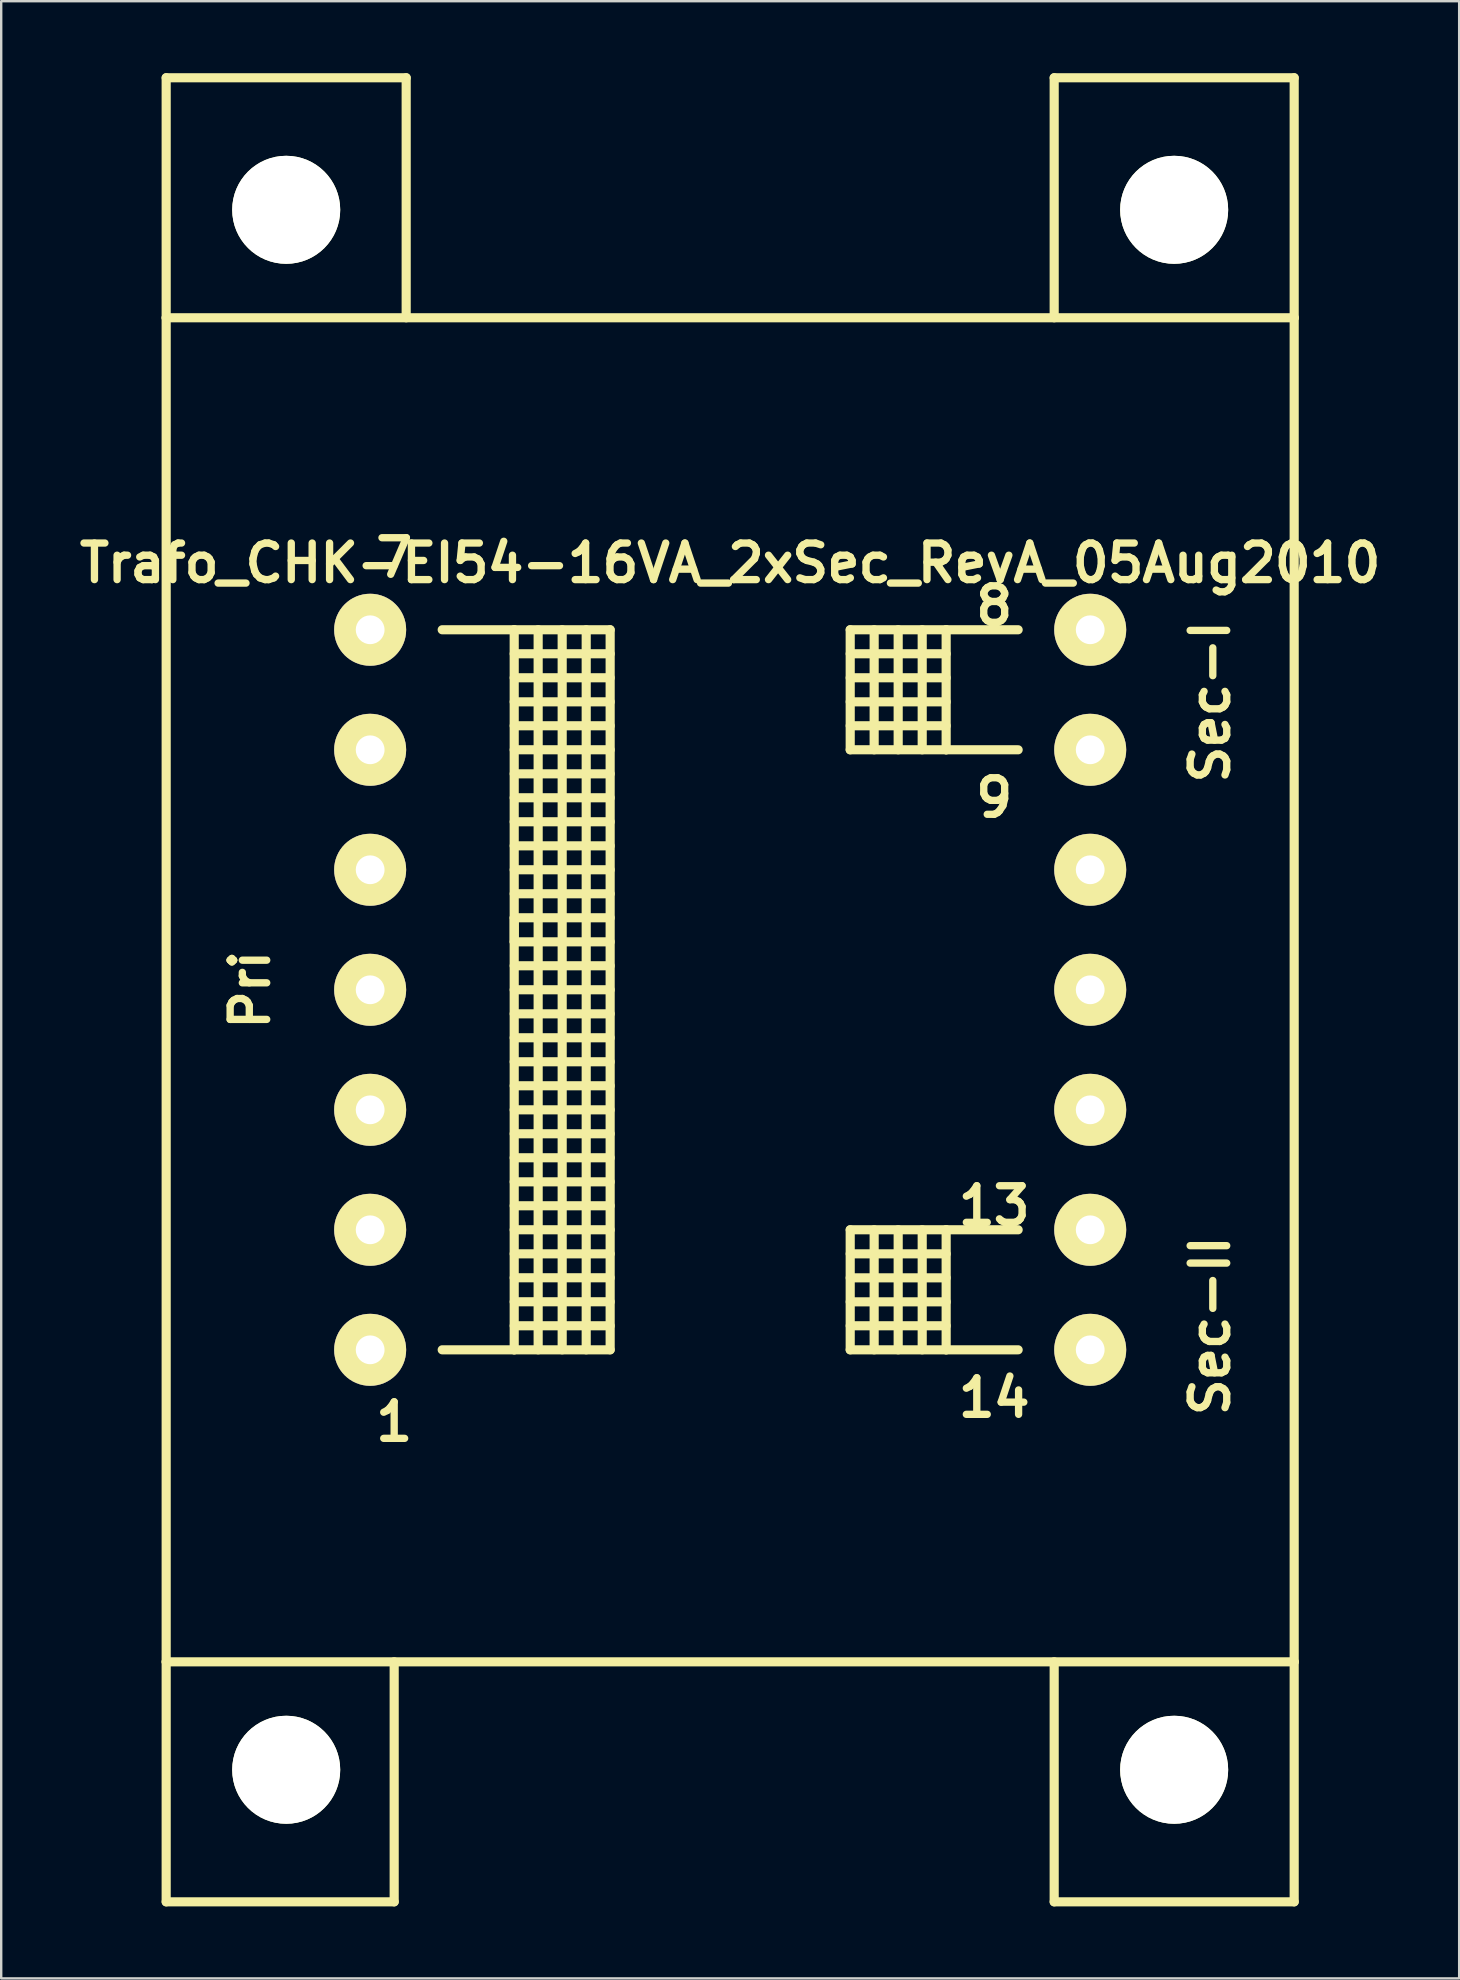
<source format=kicad_pcb>
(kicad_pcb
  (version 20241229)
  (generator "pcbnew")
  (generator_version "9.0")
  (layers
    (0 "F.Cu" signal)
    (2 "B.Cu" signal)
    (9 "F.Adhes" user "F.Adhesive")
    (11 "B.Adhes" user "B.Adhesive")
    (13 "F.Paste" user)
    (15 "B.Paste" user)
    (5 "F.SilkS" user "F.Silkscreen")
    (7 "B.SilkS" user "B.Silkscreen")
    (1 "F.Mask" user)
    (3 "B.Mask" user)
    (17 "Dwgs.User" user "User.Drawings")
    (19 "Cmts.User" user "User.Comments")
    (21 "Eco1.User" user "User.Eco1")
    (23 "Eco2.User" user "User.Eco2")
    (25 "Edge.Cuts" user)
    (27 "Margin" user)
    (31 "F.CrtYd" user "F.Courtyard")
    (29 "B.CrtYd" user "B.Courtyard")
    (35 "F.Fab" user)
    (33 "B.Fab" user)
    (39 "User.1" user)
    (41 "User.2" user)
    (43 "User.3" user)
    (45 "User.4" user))
  (footprint "Trafo_CHK-EI54-16VA_2xSec_RevA_05Aug2010"
    (layer "F.Cu")
    (at 27.374 38.191)
    (property "Reference" "Trafo_CHK-EI54-16VA_2xSec_RevA_05Aug2010" (at 0 -17.78 0) (layer "F.SilkS") (effects (font (size 1.524 1.524) (thickness 0.305))))
    (attr through_hole)
    (fp_line (start -23.5 -38.001) (end -13.5 -38.001) (stroke (width 0.381) (type solid)) (layer "F.SilkS"))
    (fp_line (start -23.5 -28.001) (end -23.5 -38.001) (stroke (width 0.381) (type solid)) (layer "F.SilkS"))
    (fp_line (start -23.5 -28.001) (end -23.5 28.001) (stroke (width 0.381) (type solid)) (layer "F.SilkS"))
    (fp_line (start -23.5 28.001) (end -23.5 38.001) (stroke (width 0.381) (type solid)) (layer "F.SilkS"))
    (fp_line (start -23.5 28.001) (end 23.5 28.001) (stroke (width 0.381) (type solid)) (layer "F.SilkS"))
    (fp_line (start -23.5 38.001) (end -14 38.001) (stroke (width 0.381) (type solid)) (layer "F.SilkS"))
    (fp_line (start -14 38.001) (end -14 28.001) (stroke (width 0.381) (type solid)) (layer "F.SilkS"))
    (fp_line (start -13.5 -38.001) (end -13.5 -28.001) (stroke (width 0.381) (type solid)) (layer "F.SilkS"))
    (fp_line (start -11.999 -15.001) (end -8.999 -15.001) (stroke (width 0.381) (type solid)) (layer "F.SilkS"))
    (fp_line (start -8.999 -15.001) (end -8.999 15.001) (stroke (width 0.381) (type solid)) (layer "F.SilkS"))
    (fp_line (start -8.999 -15.001) (end -5.001 -15.001) (stroke (width 0.381) (type solid)) (layer "F.SilkS"))
    (fp_line (start -8.999 -14) (end -5.001 -14) (stroke (width 0.381) (type solid)) (layer "F.SilkS"))
    (fp_line (start -8.999 -11.999) (end -5.001 -11.999) (stroke (width 0.381) (type solid)) (layer "F.SilkS"))
    (fp_line (start -8.999 -10) (end -5.001 -10) (stroke (width 0.381) (type solid)) (layer "F.SilkS"))
    (fp_line (start -8.999 -8.001) (end -5.001 -8.001) (stroke (width 0.381) (type solid)) (layer "F.SilkS"))
    (fp_line (start -8.999 -5.999) (end -5.001 -5.999) (stroke (width 0.381) (type solid)) (layer "F.SilkS"))
    (fp_line (start -8.999 -4) (end -5.001 -4) (stroke (width 0.381) (type solid)) (layer "F.SilkS"))
    (fp_line (start -8.999 -3) (end -8.999 -1.999) (stroke (width 0.381) (type solid)) (layer "F.SilkS"))
    (fp_line (start -8.999 -1.999) (end -5.001 -1.999) (stroke (width 0.381) (type solid)) (layer "F.SilkS"))
    (fp_line (start -8.999 0) (end -5.001 0) (stroke (width 0.381) (type solid)) (layer "F.SilkS"))
    (fp_line (start -8.999 1.999) (end -5.001 1.999) (stroke (width 0.381) (type solid)) (layer "F.SilkS"))
    (fp_line (start -8.999 4) (end -5.001 4) (stroke (width 0.381) (type solid)) (layer "F.SilkS"))
    (fp_line (start -8.999 5.999) (end -5.001 5.999) (stroke (width 0.381) (type solid)) (layer "F.SilkS"))
    (fp_line (start -8.999 8.001) (end -5.001 8.001) (stroke (width 0.381) (type solid)) (layer "F.SilkS"))
    (fp_line (start -8.999 10) (end -5.001 10) (stroke (width 0.381) (type solid)) (layer "F.SilkS"))
    (fp_line (start -8.999 11.999) (end -5.001 11.999) (stroke (width 0.381) (type solid)) (layer "F.SilkS"))
    (fp_line (start -8.999 14) (end -5.001 14) (stroke (width 0.381) (type solid)) (layer "F.SilkS"))
    (fp_line (start -8.999 15.001) (end -11.999 15.001) (stroke (width 0.381) (type solid)) (layer "F.SilkS"))
    (fp_line (start -8.001 15.001) (end -8.001 -15.001) (stroke (width 0.381) (type solid)) (layer "F.SilkS"))
    (fp_line (start -7 -15.001) (end -7 15.001) (stroke (width 0.381) (type solid)) (layer "F.SilkS"))
    (fp_line (start -5.999 15.001) (end -5.999 -15.001) (stroke (width 0.381) (type solid)) (layer "F.SilkS"))
    (fp_line (start -5.001 -15.001) (end -5.001 15.001) (stroke (width 0.381) (type solid)) (layer "F.SilkS"))
    (fp_line (start -5.001 -13) (end -8.999 -13) (stroke (width 0.381) (type solid)) (layer "F.SilkS"))
    (fp_line (start -5.001 -11.001) (end -8.999 -11.001) (stroke (width 0.381) (type solid)) (layer "F.SilkS"))
    (fp_line (start -5.001 -8.999) (end -8.999 -8.999) (stroke (width 0.381) (type solid)) (layer "F.SilkS"))
    (fp_line (start -5.001 -7) (end -8.999 -7) (stroke (width 0.381) (type solid)) (layer "F.SilkS"))
    (fp_line (start -5.001 -5.001) (end -8.999 -5.001) (stroke (width 0.381) (type solid)) (layer "F.SilkS"))
    (fp_line (start -5.001 -3) (end -8.999 -3) (stroke (width 0.381) (type solid)) (layer "F.SilkS"))
    (fp_line (start -5.001 -1.001) (end -8.999 -1.001) (stroke (width 0.381) (type solid)) (layer "F.SilkS"))
    (fp_line (start -5.001 1.001) (end -8.999 1.001) (stroke (width 0.381) (type solid)) (layer "F.SilkS"))
    (fp_line (start -5.001 3) (end -8.999 3) (stroke (width 0.381) (type solid)) (layer "F.SilkS"))
    (fp_line (start -5.001 5.001) (end -8.999 5.001) (stroke (width 0.381) (type solid)) (layer "F.SilkS"))
    (fp_line (start -5.001 7) (end -8.999 7) (stroke (width 0.381) (type solid)) (layer "F.SilkS"))
    (fp_line (start -5.001 8.999) (end -8.999 8.999) (stroke (width 0.381) (type solid)) (layer "F.SilkS"))
    (fp_line (start -5.001 11.001) (end -8.999 11.001) (stroke (width 0.381) (type solid)) (layer "F.SilkS"))
    (fp_line (start -5.001 13) (end -8.999 13) (stroke (width 0.381) (type solid)) (layer "F.SilkS"))
    (fp_line (start -5.001 15.001) (end -8.999 15.001) (stroke (width 0.381) (type solid)) (layer "F.SilkS"))
    (fp_line (start 5.001 -15.001) (end 5.001 -10) (stroke (width 0.381) (type solid)) (layer "F.SilkS"))
    (fp_line (start 5.001 -14) (end 8.999 -14) (stroke (width 0.381) (type solid)) (layer "F.SilkS"))
    (fp_line (start 5.001 -11.999) (end 8.999 -11.999) (stroke (width 0.381) (type solid)) (layer "F.SilkS"))
    (fp_line (start 5.001 -10) (end 8.999 -10) (stroke (width 0.381) (type solid)) (layer "F.SilkS"))
    (fp_line (start 5.001 10) (end 5.001 15.001) (stroke (width 0.381) (type solid)) (layer "F.SilkS"))
    (fp_line (start 5.001 11.001) (end 8.999 11.001) (stroke (width 0.381) (type solid)) (layer "F.SilkS"))
    (fp_line (start 5.001 13.002) (end 8.999 13.002) (stroke (width 0.381) (type solid)) (layer "F.SilkS"))
    (fp_line (start 5.001 15.001) (end 8.999 15.001) (stroke (width 0.381) (type solid)) (layer "F.SilkS"))
    (fp_line (start 5.999 -10) (end 5.999 -15.001) (stroke (width 0.381) (type solid)) (layer "F.SilkS"))
    (fp_line (start 5.999 15.001) (end 5.999 10) (stroke (width 0.381) (type solid)) (layer "F.SilkS"))
    (fp_line (start 7 -15.001) (end 7 -10) (stroke (width 0.381) (type solid)) (layer "F.SilkS"))
    (fp_line (start 7 10) (end 7 15.001) (stroke (width 0.381) (type solid)) (layer "F.SilkS"))
    (fp_line (start 8.001 -10) (end 8.001 -15.001) (stroke (width 0.381) (type solid)) (layer "F.SilkS"))
    (fp_line (start 8.001 15.001) (end 8.001 10) (stroke (width 0.381) (type solid)) (layer "F.SilkS"))
    (fp_line (start 8.999 -15.001) (end 5.001 -15.001) (stroke (width 0.381) (type solid)) (layer "F.SilkS"))
    (fp_line (start 8.999 -15.001) (end 8.999 -10) (stroke (width 0.381) (type solid)) (layer "F.SilkS"))
    (fp_line (start 8.999 -13) (end 5.001 -13) (stroke (width 0.381) (type solid)) (layer "F.SilkS"))
    (fp_line (start 8.999 -11.001) (end 5.001 -11.001) (stroke (width 0.381) (type solid)) (layer "F.SilkS"))
    (fp_line (start 8.999 -10) (end 11.999 -10) (stroke (width 0.381) (type solid)) (layer "F.SilkS"))
    (fp_line (start 8.999 10) (end 5.001 10) (stroke (width 0.381) (type solid)) (layer "F.SilkS"))
    (fp_line (start 8.999 10) (end 8.999 15.001) (stroke (width 0.381) (type solid)) (layer "F.SilkS"))
    (fp_line (start 8.999 12.002) (end 5.001 12.002) (stroke (width 0.381) (type solid)) (layer "F.SilkS"))
    (fp_line (start 8.999 14) (end 5.001 14) (stroke (width 0.381) (type solid)) (layer "F.SilkS"))
    (fp_line (start 8.999 15.001) (end 11.999 15.001) (stroke (width 0.381) (type solid)) (layer "F.SilkS"))
    (fp_line (start 11.999 -15.001) (end 8.999 -15.001) (stroke (width 0.381) (type solid)) (layer "F.SilkS"))
    (fp_line (start 11.999 10) (end 8.999 10) (stroke (width 0.381) (type solid)) (layer "F.SilkS"))
    (fp_line (start 13.5 -38.001) (end 13.5 -28.001) (stroke (width 0.381) (type solid)) (layer "F.SilkS"))
    (fp_line (start 13.5 38.001) (end 13.5 28.001) (stroke (width 0.381) (type solid)) (layer "F.SilkS"))
    (fp_line (start 23.5 -38.001) (end 13.5 -38.001) (stroke (width 0.381) (type solid)) (layer "F.SilkS"))
    (fp_line (start 23.5 -28.001) (end -23.5 -28.001) (stroke (width 0.381) (type solid)) (layer "F.SilkS"))
    (fp_line (start 23.5 -28.001) (end 23.5 -38.001) (stroke (width 0.381) (type solid)) (layer "F.SilkS"))
    (fp_line (start 23.5 28.001) (end 23.5 -28.001) (stroke (width 0.381) (type solid)) (layer "F.SilkS"))
    (fp_line (start 23.5 28.001) (end 23.5 38.001) (stroke (width 0.381) (type solid)) (layer "F.SilkS"))
    (fp_line (start 23.5 38.001) (end 13.5 38.001) (stroke (width 0.381) (type solid)) (layer "F.SilkS"))
    (fp_text user "Sec-I" (at 20 -11.999 90) (layer "F.SilkS") (effects (font (size 1.524 1.524) (thickness 0.305))))
    (fp_text user "Sec-II" (at 20 14 90) (layer "F.SilkS") (effects (font (size 1.524 1.524) (thickness 0.305))))
    (fp_text user "7" (at -14 -18.001 0) (layer "F.SilkS") (effects (font (size 1.524 1.524) (thickness 0.305))))
    (fp_text user "1" (at -14 18.001 0) (layer "F.SilkS") (effects (font (size 1.524 1.524) (thickness 0.305))))
    (fp_text user "8" (at 11.001 -15.999 0) (layer "F.SilkS") (effects (font (size 1.524 1.524) (thickness 0.305))))
    (fp_text user "9" (at 11.001 -8.001 0) (layer "F.SilkS") (effects (font (size 1.524 1.524) (thickness 0.305))))
    (fp_text user "14" (at 11.001 17 0) (layer "F.SilkS") (effects (font (size 1.524 1.524) (thickness 0.305))))
    (fp_text user "13" (at 11.001 8.999 0) (layer "F.SilkS") (effects (font (size 1.524 1.524) (thickness 0.305))))
    (fp_text user "Pri" (at -20 0 90) (layer "F.SilkS") (effects (font (size 1.524 1.524) (thickness 0.305))))
    (pad "" np_thru_hole circle (at -18.499 -32.499) (size 4.501 4.501) (drill 4.501) (layers "*.Cu" "*.Mask" "F.SilkS"))
    (pad "" np_thru_hole circle (at -18.499 32.499) (size 4.501 4.501) (drill 4.501) (layers "*.Cu" "*.Mask" "F.SilkS"))
    (pad "" np_thru_hole circle (at 18.499 -32.499) (size 4.501 4.501) (drill 4.501) (layers "*.Cu" "*.Mask" "F.SilkS"))
    (pad "" np_thru_hole circle (at 18.499 32.499) (size 4.501 4.501) (drill 4.501) (layers "*.Cu" "*.Mask" "F.SilkS"))
    (pad "1" thru_hole circle (at -15.001 15.001) (size 3 3) (drill 1.199) (layers "*.Cu" "*.Mask" "F.SilkS"))
    (pad "2" thru_hole circle (at -15.001 10) (size 3 3) (drill 1.199) (layers "*.Cu" "*.Mask" "F.SilkS"))
    (pad "3" thru_hole circle (at -15.001 5.001) (size 3 3) (drill 1.199) (layers "*.Cu" "*.Mask" "F.SilkS"))
    (pad "4" thru_hole circle (at -15.001 0) (size 3 3) (drill 1.199) (layers "*.Cu" "*.Mask" "F.SilkS"))
    (pad "5" thru_hole circle (at -15.001 -5.001) (size 3 3) (drill 1.199) (layers "*.Cu" "*.Mask" "F.SilkS"))
    (pad "6" thru_hole circle (at -15.001 -10) (size 3 3) (drill 1.199) (layers "*.Cu" "*.Mask" "F.SilkS"))
    (pad "7" thru_hole circle (at -15.001 -15.001) (size 3 3) (drill 1.199) (layers "*.Cu" "*.Mask" "F.SilkS"))
    (pad "8" thru_hole circle (at 15.001 -15.001) (size 3 3) (drill 1.199) (layers "*.Cu" "*.Mask" "F.SilkS"))
    (pad "9" thru_hole circle (at 15.001 -10) (size 3 3) (drill 1.199) (layers "*.Cu" "*.Mask" "F.SilkS"))
    (pad "10" thru_hole circle (at 15.001 -5.001) (size 3 3) (drill 1.199) (layers "*.Cu" "*.Mask" "F.SilkS"))
    (pad "11" thru_hole circle (at 15.001 0) (size 3 3) (drill 1.199) (layers "*.Cu" "*.Mask" "F.SilkS"))
    (pad "12" thru_hole circle (at 15.001 5.001) (size 3 3) (drill 1.199) (layers "*.Cu" "*.Mask" "F.SilkS"))
    (pad "13" thru_hole circle (at 15.001 10) (size 3 3) (drill 1.199) (layers "*.Cu" "*.Mask" "F.SilkS"))
    (pad "14" thru_hole circle (at 15.001 15.001) (size 3 3) (drill 1.199) (layers "*.Cu" "*.Mask" "F.SilkS")))
  (gr_rect
    (start -3 -3)
    (end 57.748 79.383)
    (stroke (width 0.1) (type default))
    (fill no)
    (layer "Edge.Cuts")))
</source>
